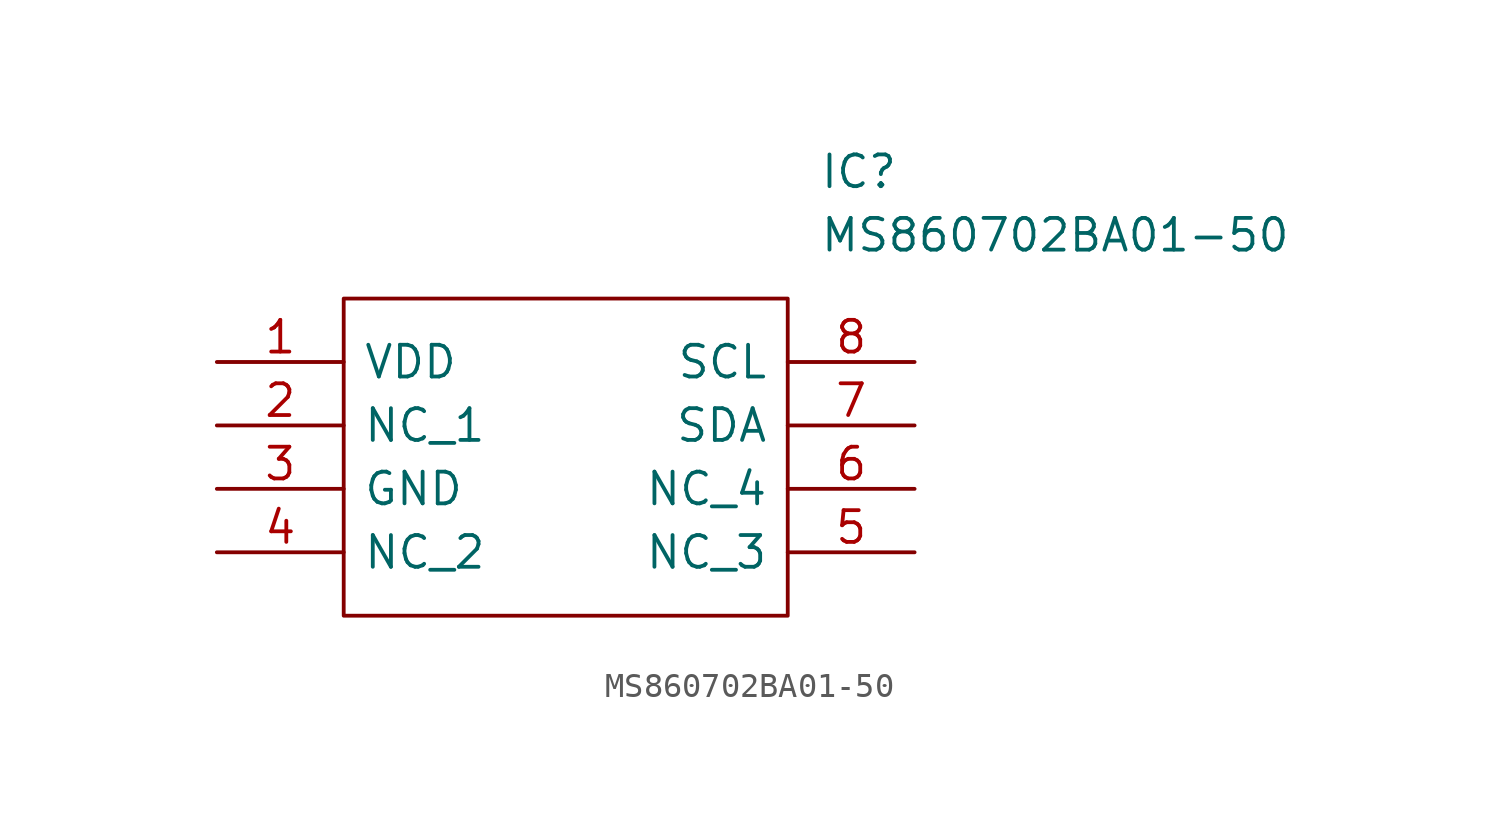
<source format=kicad_sym>
(kicad_symbol_lib
  (version 20220914)
  (generator kicad_symbol_editor)
  (symbol "MS860702BA01-50"
    (pin_names
      (offset 0.762))
    (property "Reference" "IC"
      (at 24.13 7.62 0)
      (effects (font (size 1.27 1.27)) (justify left)))
    (property "Value" "MS860702BA01-50"
      (at 24.13 5.08 0)
      (effects (font (size 1.27 1.27)) (justify left)))
    (symbol "MS860702BA01-50_0_0"
      (pin passive line (at 0 0 0) (length 5.08) (name "VDD" (effects (font (size 1.27 1.27)))) (number "1" (effects (font (size 1.27 1.27)))))
      (pin passive line (at 0 -2.54 0) (length 5.08) (name "NC_1" (effects (font (size 1.27 1.27)))) (number "2" (effects (font (size 1.27 1.27)))))
      (pin passive line (at 0 -5.08 0) (length 5.08) (name "GND" (effects (font (size 1.27 1.27)))) (number "3" (effects (font (size 1.27 1.27)))))
      (pin passive line (at 0 -7.62 0) (length 5.08) (name "NC_2" (effects (font (size 1.27 1.27)))) (number "4" (effects (font (size 1.27 1.27)))))
      (pin passive line (at 27.94 -7.62 180) (length 5.08) (name "NC_3" (effects (font (size 1.27 1.27)))) (number "5" (effects (font (size 1.27 1.27)))))
      (pin passive line (at 27.94 -5.08 180) (length 5.08) (name "NC_4" (effects (font (size 1.27 1.27)))) (number "6" (effects (font (size 1.27 1.27)))))
      (pin passive line (at 27.94 -2.54 180) (length 5.08) (name "SDA" (effects (font (size 1.27 1.27)))) (number "7" (effects (font (size 1.27 1.27)))))
      (pin passive line (at 27.94 0 180) (length 5.08) (name "SCL" (effects (font (size 1.27 1.27)))) (number "8" (effects (font (size 1.27 1.27))))))
    (symbol "MS860702BA01-50_0_1"
      (polyline (pts (xy 5.08 2.54) (xy 22.86 2.54) (xy 22.86 -10.16) (xy 5.08 -10.16) (xy 5.08 2.54)) (stroke (width 0.152) (type solid)) (fill (type none))))))
</source>
